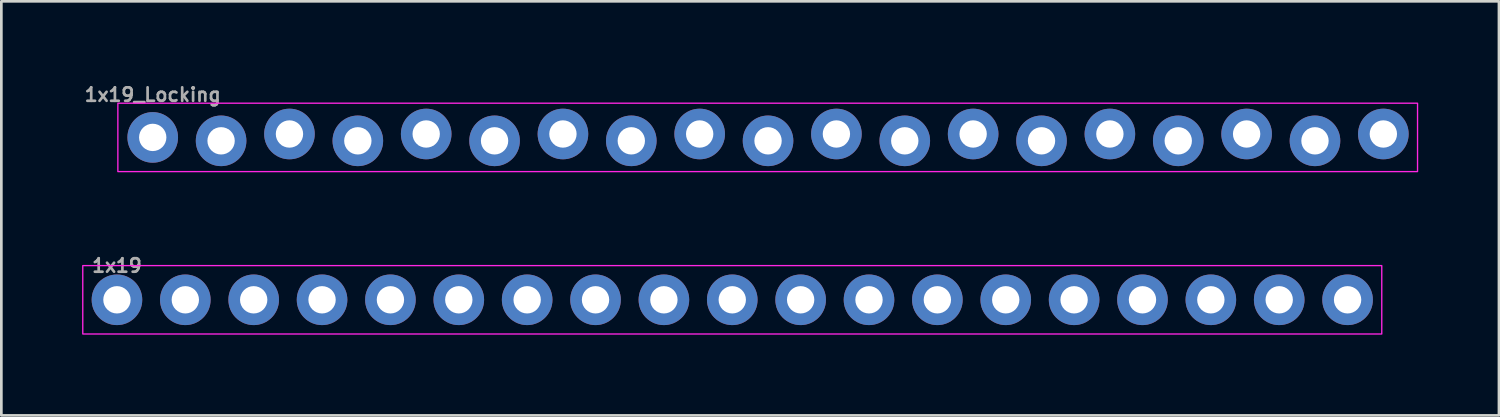
<source format=kicad_pcb>
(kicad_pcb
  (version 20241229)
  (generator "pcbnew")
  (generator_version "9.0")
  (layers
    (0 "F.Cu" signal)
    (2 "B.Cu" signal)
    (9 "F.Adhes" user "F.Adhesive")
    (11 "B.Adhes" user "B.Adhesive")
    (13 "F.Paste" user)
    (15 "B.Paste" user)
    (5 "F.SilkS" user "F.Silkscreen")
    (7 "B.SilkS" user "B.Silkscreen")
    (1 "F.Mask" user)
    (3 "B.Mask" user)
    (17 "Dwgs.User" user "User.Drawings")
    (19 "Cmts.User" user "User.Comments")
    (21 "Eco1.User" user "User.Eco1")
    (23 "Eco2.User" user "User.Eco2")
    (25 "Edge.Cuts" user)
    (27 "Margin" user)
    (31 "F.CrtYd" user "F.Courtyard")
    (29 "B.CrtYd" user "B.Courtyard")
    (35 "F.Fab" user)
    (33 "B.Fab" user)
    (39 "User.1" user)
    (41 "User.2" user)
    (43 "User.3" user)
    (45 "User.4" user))
  (footprint "1x19_Locking"
    (layer "F.Cu")
    (at 2.624 2.055)
    (property "Reference" "1x19_Locking" (at 0 -1.587 0) (layer "F.Fab") (effects (font (size 0.5 0.5) (thickness 0.1))))
    (fp_rect (start -1.295 -1.27) (end 46.99 1.27) (stroke (width 0.05) (type default)) (fill no) (layer "F.CrtYd"))
    (fp_poly (pts (xy -0.254 0.254) (xy 0.254 0.254) (xy 0.254 -0.254) (xy -0.254 -0.254)) (stroke (width 0.1) (type default)) (fill no) (layer "F.Fab"))
    (fp_poly (pts (xy 2.286 0.254) (xy 2.794 0.254) (xy 2.794 -0.254) (xy 2.286 -0.254)) (stroke (width 0.1) (type default)) (fill no) (layer "F.Fab"))
    (fp_poly (pts (xy 4.826 0.254) (xy 5.334 0.254) (xy 5.334 -0.254) (xy 4.826 -0.254)) (stroke (width 0.1) (type default)) (fill no) (layer "F.Fab"))
    (fp_poly (pts (xy 7.366 0.254) (xy 7.874 0.254) (xy 7.874 -0.254) (xy 7.366 -0.254)) (stroke (width 0.1) (type default)) (fill no) (layer "F.Fab"))
    (fp_poly (pts (xy 9.906 0.254) (xy 10.414 0.254) (xy 10.414 -0.254) (xy 9.906 -0.254)) (stroke (width 0.1) (type default)) (fill no) (layer "F.Fab"))
    (fp_poly (pts (xy 12.446 0.254) (xy 12.954 0.254) (xy 12.954 -0.254) (xy 12.446 -0.254)) (stroke (width 0.1) (type default)) (fill no) (layer "F.Fab"))
    (fp_poly (pts (xy 14.986 0.254) (xy 15.494 0.254) (xy 15.494 -0.254) (xy 14.986 -0.254)) (stroke (width 0.1) (type default)) (fill no) (layer "F.Fab"))
    (fp_poly (pts (xy 17.526 0.254) (xy 18.034 0.254) (xy 18.034 -0.254) (xy 17.526 -0.254)) (stroke (width 0.1) (type default)) (fill no) (layer "F.Fab"))
    (fp_poly (pts (xy 20.066 0.254) (xy 20.574 0.254) (xy 20.574 -0.254) (xy 20.066 -0.254)) (stroke (width 0.1) (type default)) (fill no) (layer "F.Fab"))
    (fp_poly (pts (xy 22.606 0.254) (xy 23.114 0.254) (xy 23.114 -0.254) (xy 22.606 -0.254)) (stroke (width 0.1) (type default)) (fill no) (layer "F.Fab"))
    (fp_poly (pts (xy 25.146 0.254) (xy 25.654 0.254) (xy 25.654 -0.254) (xy 25.146 -0.254)) (stroke (width 0.1) (type default)) (fill no) (layer "F.Fab"))
    (fp_poly (pts (xy 27.686 0.254) (xy 28.194 0.254) (xy 28.194 -0.254) (xy 27.686 -0.254)) (stroke (width 0.1) (type default)) (fill no) (layer "F.Fab"))
    (fp_poly (pts (xy 30.226 0.254) (xy 30.734 0.254) (xy 30.734 -0.254) (xy 30.226 -0.254)) (stroke (width 0.1) (type default)) (fill no) (layer "F.Fab"))
    (fp_poly (pts (xy 32.766 0.254) (xy 33.274 0.254) (xy 33.274 -0.254) (xy 32.766 -0.254)) (stroke (width 0.1) (type default)) (fill no) (layer "F.Fab"))
    (fp_poly (pts (xy 35.306 0.254) (xy 35.814 0.254) (xy 35.814 -0.254) (xy 35.306 -0.254)) (stroke (width 0.1) (type default)) (fill no) (layer "F.Fab"))
    (fp_poly (pts (xy 37.846 0.254) (xy 38.354 0.254) (xy 38.354 -0.254) (xy 37.846 -0.254)) (stroke (width 0.1) (type default)) (fill no) (layer "F.Fab"))
    (fp_poly (pts (xy 40.386 0.254) (xy 40.894 0.254) (xy 40.894 -0.254) (xy 40.386 -0.254)) (stroke (width 0.1) (type default)) (fill no) (layer "F.Fab"))
    (fp_poly (pts (xy 42.926 0.254) (xy 43.434 0.254) (xy 43.434 -0.254) (xy 42.926 -0.254)) (stroke (width 0.1) (type default)) (fill no) (layer "F.Fab"))
    (fp_poly (pts (xy 45.466 0.254) (xy 45.974 0.254) (xy 45.974 -0.254) (xy 45.466 -0.254)) (stroke (width 0.1) (type default)) (fill no) (layer "F.Fab"))
    (pad "1" thru_hole circle (at 0 0 90) (size 1.88 1.88) (drill 1.016) (layers "*.Cu" "*.Mask") (remove_unused_layers yes) (keep_end_layers yes) (zone_layer_connections))
    (pad "2" thru_hole circle (at 2.54 0.127 90) (size 1.88 1.88) (drill 1.016) (layers "*.Cu" "*.Mask") (remove_unused_layers yes) (keep_end_layers yes) (zone_layer_connections))
    (pad "3" thru_hole circle (at 5.08 -0.127 90) (size 1.88 1.88) (drill 1.016) (layers "*.Cu" "*.Mask") (remove_unused_layers yes) (keep_end_layers yes) (zone_layer_connections))
    (pad "4" thru_hole circle (at 7.62 0.127 90) (size 1.88 1.88) (drill 1.016) (layers "*.Cu" "*.Mask") (remove_unused_layers yes) (keep_end_layers yes) (zone_layer_connections))
    (pad "5" thru_hole circle (at 10.16 -0.127 90) (size 1.88 1.88) (drill 1.016) (layers "*.Cu" "*.Mask") (remove_unused_layers yes) (keep_end_layers yes) (zone_layer_connections))
    (pad "6" thru_hole circle (at 12.7 0.127 90) (size 1.88 1.88) (drill 1.016) (layers "*.Cu" "*.Mask") (remove_unused_layers yes) (keep_end_layers yes) (zone_layer_connections))
    (pad "7" thru_hole circle (at 15.24 -0.127 90) (size 1.88 1.88) (drill 1.016) (layers "*.Cu" "*.Mask") (remove_unused_layers yes) (keep_end_layers yes) (zone_layer_connections))
    (pad "8" thru_hole circle (at 17.78 0.127 90) (size 1.88 1.88) (drill 1.016) (layers "*.Cu" "*.Mask") (remove_unused_layers yes) (keep_end_layers yes) (zone_layer_connections))
    (pad "9" thru_hole circle (at 20.32 -0.127 90) (size 1.88 1.88) (drill 1.016) (layers "*.Cu" "*.Mask") (remove_unused_layers yes) (keep_end_layers yes) (zone_layer_connections))
    (pad "10" thru_hole circle (at 22.86 0.127 90) (size 1.88 1.88) (drill 1.016) (layers "*.Cu" "*.Mask") (remove_unused_layers yes) (keep_end_layers yes) (zone_layer_connections))
    (pad "11" thru_hole circle (at 25.4 -0.127 90) (size 1.88 1.88) (drill 1.016) (layers "*.Cu" "*.Mask") (remove_unused_layers yes) (keep_end_layers yes) (zone_layer_connections))
    (pad "12" thru_hole circle (at 27.94 0.127 90) (size 1.88 1.88) (drill 1.016) (layers "*.Cu" "*.Mask") (remove_unused_layers yes) (keep_end_layers yes) (zone_layer_connections))
    (pad "13" thru_hole circle (at 30.48 -0.127 90) (size 1.88 1.88) (drill 1.016) (layers "*.Cu" "*.Mask") (remove_unused_layers yes) (keep_end_layers yes) (zone_layer_connections))
    (pad "14" thru_hole circle (at 33.02 0.127 90) (size 1.88 1.88) (drill 1.016) (layers "*.Cu" "*.Mask") (remove_unused_layers yes) (keep_end_layers yes) (zone_layer_connections))
    (pad "15" thru_hole circle (at 35.56 -0.127 90) (size 1.88 1.88) (drill 1.016) (layers "*.Cu" "*.Mask") (remove_unused_layers yes) (keep_end_layers yes) (zone_layer_connections))
    (pad "16" thru_hole circle (at 38.1 0.127 90) (size 1.88 1.88) (drill 1.016) (layers "*.Cu" "*.Mask") (remove_unused_layers yes) (keep_end_layers yes) (zone_layer_connections))
    (pad "17" thru_hole circle (at 40.64 -0.127 90) (size 1.88 1.88) (drill 1.016) (layers "*.Cu" "*.Mask") (remove_unused_layers yes) (keep_end_layers yes) (zone_layer_connections))
    (pad "18" thru_hole circle (at 43.18 0.127 90) (size 1.88 1.88) (drill 1.016) (layers "*.Cu" "*.Mask") (remove_unused_layers yes) (keep_end_layers yes) (zone_layer_connections))
    (pad "19" thru_hole circle (at 45.72 -0.127 90) (size 1.88 1.88) (drill 1.016) (layers "*.Cu" "*.Mask") (remove_unused_layers yes) (keep_end_layers yes) (zone_layer_connections)))
  (footprint "1x19"
    (layer "F.Cu")
    (at 1.295 8.088)
    (property "Reference" "1x19" (at 0 -1.27 0) (layer "F.Fab") (effects (font (size 0.5 0.5) (thickness 0.1))))
    (fp_rect (start -1.27 -1.27) (end 46.99 1.27) (stroke (width 0.05) (type default)) (fill no) (layer "F.CrtYd"))
    (fp_poly (pts (xy -0.254 0.254) (xy 0.254 0.254) (xy 0.254 -0.254) (xy -0.254 -0.254)) (stroke (width 0.1) (type default)) (fill no) (layer "F.Fab"))
    (fp_poly (pts (xy 2.286 0.254) (xy 2.794 0.254) (xy 2.794 -0.254) (xy 2.286 -0.254)) (stroke (width 0.1) (type default)) (fill no) (layer "F.Fab"))
    (fp_poly (pts (xy 4.826 0.254) (xy 5.334 0.254) (xy 5.334 -0.254) (xy 4.826 -0.254)) (stroke (width 0.1) (type default)) (fill no) (layer "F.Fab"))
    (fp_poly (pts (xy 7.366 0.254) (xy 7.874 0.254) (xy 7.874 -0.254) (xy 7.366 -0.254)) (stroke (width 0.1) (type default)) (fill no) (layer "F.Fab"))
    (fp_poly (pts (xy 9.906 0.254) (xy 10.414 0.254) (xy 10.414 -0.254) (xy 9.906 -0.254)) (stroke (width 0.1) (type default)) (fill no) (layer "F.Fab"))
    (fp_poly (pts (xy 12.446 0.254) (xy 12.954 0.254) (xy 12.954 -0.254) (xy 12.446 -0.254)) (stroke (width 0.1) (type default)) (fill no) (layer "F.Fab"))
    (fp_poly (pts (xy 14.986 0.254) (xy 15.494 0.254) (xy 15.494 -0.254) (xy 14.986 -0.254)) (stroke (width 0.1) (type default)) (fill no) (layer "F.Fab"))
    (fp_poly (pts (xy 17.526 0.254) (xy 18.034 0.254) (xy 18.034 -0.254) (xy 17.526 -0.254)) (stroke (width 0.1) (type default)) (fill no) (layer "F.Fab"))
    (fp_poly (pts (xy 20.066 0.254) (xy 20.574 0.254) (xy 20.574 -0.254) (xy 20.066 -0.254)) (stroke (width 0.1) (type default)) (fill no) (layer "F.Fab"))
    (fp_poly (pts (xy 22.606 0.254) (xy 23.114 0.254) (xy 23.114 -0.254) (xy 22.606 -0.254)) (stroke (width 0.1) (type default)) (fill no) (layer "F.Fab"))
    (fp_poly (pts (xy 25.146 0.254) (xy 25.654 0.254) (xy 25.654 -0.254) (xy 25.146 -0.254)) (stroke (width 0.1) (type default)) (fill no) (layer "F.Fab"))
    (fp_poly (pts (xy 27.686 0.254) (xy 28.194 0.254) (xy 28.194 -0.254) (xy 27.686 -0.254)) (stroke (width 0.1) (type default)) (fill no) (layer "F.Fab"))
    (fp_poly (pts (xy 30.226 0.254) (xy 30.734 0.254) (xy 30.734 -0.254) (xy 30.226 -0.254)) (stroke (width 0.1) (type default)) (fill no) (layer "F.Fab"))
    (fp_poly (pts (xy 32.766 0.254) (xy 33.274 0.254) (xy 33.274 -0.254) (xy 32.766 -0.254)) (stroke (width 0.1) (type default)) (fill no) (layer "F.Fab"))
    (fp_poly (pts (xy 35.306 0.254) (xy 35.814 0.254) (xy 35.814 -0.254) (xy 35.306 -0.254)) (stroke (width 0.1) (type default)) (fill no) (layer "F.Fab"))
    (fp_poly (pts (xy 37.846 0.254) (xy 38.354 0.254) (xy 38.354 -0.254) (xy 37.846 -0.254)) (stroke (width 0.1) (type default)) (fill no) (layer "F.Fab"))
    (fp_poly (pts (xy 40.386 0.254) (xy 40.894 0.254) (xy 40.894 -0.254) (xy 40.386 -0.254)) (stroke (width 0.1) (type default)) (fill no) (layer "F.Fab"))
    (fp_poly (pts (xy 42.926 0.254) (xy 43.434 0.254) (xy 43.434 -0.254) (xy 42.926 -0.254)) (stroke (width 0.1) (type default)) (fill no) (layer "F.Fab"))
    (fp_poly (pts (xy 45.466 0.254) (xy 45.974 0.254) (xy 45.974 -0.254) (xy 45.466 -0.254)) (stroke (width 0.1) (type default)) (fill no) (layer "F.Fab"))
    (pad "1" thru_hole circle (at 0 0 90) (size 1.88 1.88) (drill 1.016) (layers "*.Cu" "*.Mask") (remove_unused_layers yes) (keep_end_layers yes) (zone_layer_connections))
    (pad "2" thru_hole circle (at 2.54 0 90) (size 1.88 1.88) (drill 1.016) (layers "*.Cu" "*.Mask") (remove_unused_layers yes) (keep_end_layers yes) (zone_layer_connections))
    (pad "3" thru_hole circle (at 5.08 0 90) (size 1.88 1.88) (drill 1.016) (layers "*.Cu" "*.Mask") (remove_unused_layers yes) (keep_end_layers yes) (zone_layer_connections))
    (pad "4" thru_hole circle (at 7.62 0 90) (size 1.88 1.88) (drill 1.016) (layers "*.Cu" "*.Mask") (remove_unused_layers yes) (keep_end_layers yes) (zone_layer_connections))
    (pad "5" thru_hole circle (at 10.16 0 90) (size 1.88 1.88) (drill 1.016) (layers "*.Cu" "*.Mask") (remove_unused_layers yes) (keep_end_layers yes) (zone_layer_connections))
    (pad "6" thru_hole circle (at 12.7 0 90) (size 1.88 1.88) (drill 1.016) (layers "*.Cu" "*.Mask") (remove_unused_layers yes) (keep_end_layers yes) (zone_layer_connections))
    (pad "7" thru_hole circle (at 15.24 0 90) (size 1.88 1.88) (drill 1.016) (layers "*.Cu" "*.Mask") (remove_unused_layers yes) (keep_end_layers yes) (zone_layer_connections))
    (pad "8" thru_hole circle (at 17.78 0 90) (size 1.88 1.88) (drill 1.016) (layers "*.Cu" "*.Mask") (remove_unused_layers yes) (keep_end_layers yes) (zone_layer_connections))
    (pad "9" thru_hole circle (at 20.32 0 90) (size 1.88 1.88) (drill 1.016) (layers "*.Cu" "*.Mask") (remove_unused_layers yes) (keep_end_layers yes) (zone_layer_connections))
    (pad "10" thru_hole circle (at 22.86 0 90) (size 1.88 1.88) (drill 1.016) (layers "*.Cu" "*.Mask") (remove_unused_layers yes) (keep_end_layers yes) (zone_layer_connections))
    (pad "11" thru_hole circle (at 25.4 0 90) (size 1.88 1.88) (drill 1.016) (layers "*.Cu" "*.Mask") (remove_unused_layers yes) (keep_end_layers yes) (zone_layer_connections))
    (pad "12" thru_hole circle (at 27.94 0 90) (size 1.88 1.88) (drill 1.016) (layers "*.Cu" "*.Mask") (remove_unused_layers yes) (keep_end_layers yes) (zone_layer_connections))
    (pad "13" thru_hole circle (at 30.48 0 90) (size 1.88 1.88) (drill 1.016) (layers "*.Cu" "*.Mask") (remove_unused_layers yes) (keep_end_layers yes) (zone_layer_connections))
    (pad "14" thru_hole circle (at 33.02 0 90) (size 1.88 1.88) (drill 1.016) (layers "*.Cu" "*.Mask") (remove_unused_layers yes) (keep_end_layers yes) (zone_layer_connections))
    (pad "15" thru_hole circle (at 35.56 0 90) (size 1.88 1.88) (drill 1.016) (layers "*.Cu" "*.Mask") (remove_unused_layers yes) (keep_end_layers yes) (zone_layer_connections))
    (pad "16" thru_hole circle (at 38.1 0 90) (size 1.88 1.88) (drill 1.016) (layers "*.Cu" "*.Mask") (remove_unused_layers yes) (keep_end_layers yes) (zone_layer_connections))
    (pad "17" thru_hole circle (at 40.64 0 90) (size 1.88 1.88) (drill 1.016) (layers "*.Cu" "*.Mask") (remove_unused_layers yes) (keep_end_layers yes) (zone_layer_connections))
    (pad "18" thru_hole circle (at 43.18 0 90) (size 1.88 1.88) (drill 1.016) (layers "*.Cu" "*.Mask") (remove_unused_layers yes) (keep_end_layers yes) (zone_layer_connections))
    (pad "19" thru_hole circle (at 45.72 0 90) (size 1.88 1.88) (drill 1.016) (layers "*.Cu" "*.Mask") (remove_unused_layers yes) (keep_end_layers yes) (zone_layer_connections)))
  (gr_rect
    (start -3 -3)
    (end 52.639 12.383)
    (stroke (width 0.1) (type default))
    (fill no)
    (layer "Edge.Cuts")))
</source>
